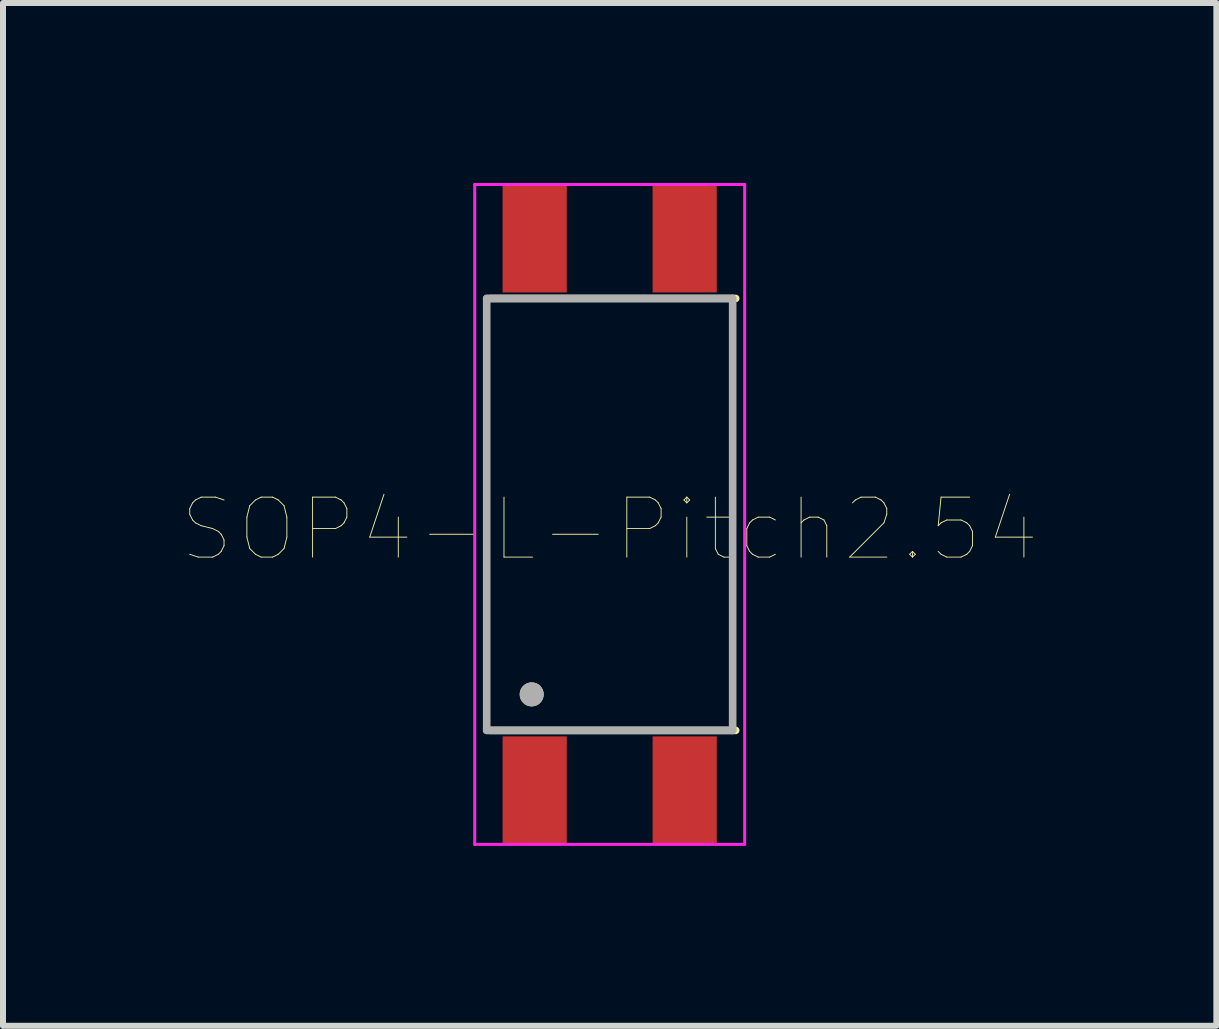
<source format=kicad_pcb>
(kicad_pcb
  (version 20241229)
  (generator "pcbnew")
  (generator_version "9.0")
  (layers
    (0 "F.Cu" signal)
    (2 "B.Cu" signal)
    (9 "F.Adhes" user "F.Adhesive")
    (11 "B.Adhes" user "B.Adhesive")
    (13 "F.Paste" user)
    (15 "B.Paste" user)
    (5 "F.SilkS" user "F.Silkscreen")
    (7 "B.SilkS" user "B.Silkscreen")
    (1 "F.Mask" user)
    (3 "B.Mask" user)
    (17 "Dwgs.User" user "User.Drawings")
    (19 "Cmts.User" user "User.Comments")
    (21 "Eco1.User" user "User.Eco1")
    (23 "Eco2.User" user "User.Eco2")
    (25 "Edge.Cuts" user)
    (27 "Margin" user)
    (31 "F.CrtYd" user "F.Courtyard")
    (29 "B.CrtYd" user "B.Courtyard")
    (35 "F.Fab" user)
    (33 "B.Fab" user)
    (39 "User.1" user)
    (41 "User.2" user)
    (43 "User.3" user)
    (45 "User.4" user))
  (footprint "SOP4-L-Pitch2.54"
    (layer "F.Cu")
    (at 7.163 5.325)
    (property "Reference" "SOP4-L-Pitch2.54" (at -0.05 0.45 0) (layer "F.SilkS") (effects (font (size 1 1) (thickness 0.015))))
    (attr through_hole)
    (fp_line (start -2.05 -3.4) (end 2.05 -3.4) (stroke (width 0.127) (type solid)) (layer "F.SilkS"))
    (fp_line (start -2.05 3.8) (end 2.05 3.8) (stroke (width 0.127) (type solid)) (layer "F.SilkS"))
    (fp_circle (center -1.35 3.2) (end -1.25 3.2) (stroke (width 0.2) (type solid)) (fill no) (layer "F.SilkS"))
    (fp_line (start -2.3 -5.3) (end -2.3 5.7) (stroke (width 0.05) (type solid)) (layer "F.CrtYd"))
    (fp_line (start -2.3 -5.3) (end 2.2 -5.3) (stroke (width 0.05) (type solid)) (layer "F.CrtYd"))
    (fp_line (start -2.3 5.7) (end 2.2 5.7) (stroke (width 0.05) (type solid)) (layer "F.CrtYd"))
    (fp_line (start 2.2 -5.3) (end 2.2 5.7) (stroke (width 0.05) (type solid)) (layer "F.CrtYd"))
    (fp_line (start -2.1 -3.4) (end -2.1 3.8) (stroke (width 0.127) (type solid)) (layer "F.Fab"))
    (fp_line (start -2.1 -3.4) (end 2 -3.4) (stroke (width 0.127) (type solid)) (layer "F.Fab"))
    (fp_line (start -2.1 3.8) (end 2 3.8) (stroke (width 0.127) (type solid)) (layer "F.Fab"))
    (fp_line (start 2 -3.4) (end 2 3.8) (stroke (width 0.127) (type solid)) (layer "F.Fab"))
    (fp_circle (center -1.35 3.2) (end -1.25 3.2) (stroke (width 0.2) (type solid)) (fill no) (layer "F.Fab"))
    (pad "1" smd rect (at -1.3 4.8 90) (size 1.8 1.07) (layers "F.Cu" "F.Mask" "F.Paste"))
    (pad "2" smd rect (at 1.2 4.8 90) (size 1.8 1.07) (layers "F.Cu" "F.Mask" "F.Paste"))
    (pad "3" smd rect (at 1.2 -4.4 90) (size 1.8 1.07) (layers "F.Cu" "F.Mask" "F.Paste"))
    (pad "4" smd rect (at -1.3 -4.4 90) (size 1.8 1.07) (layers "F.Cu" "F.Mask" "F.Paste")))
  (gr_rect
    (start -3 -3)
    (end 17.226 14.05)
    (stroke (width 0.1) (type default))
    (fill no)
    (layer "Edge.Cuts")))
</source>
